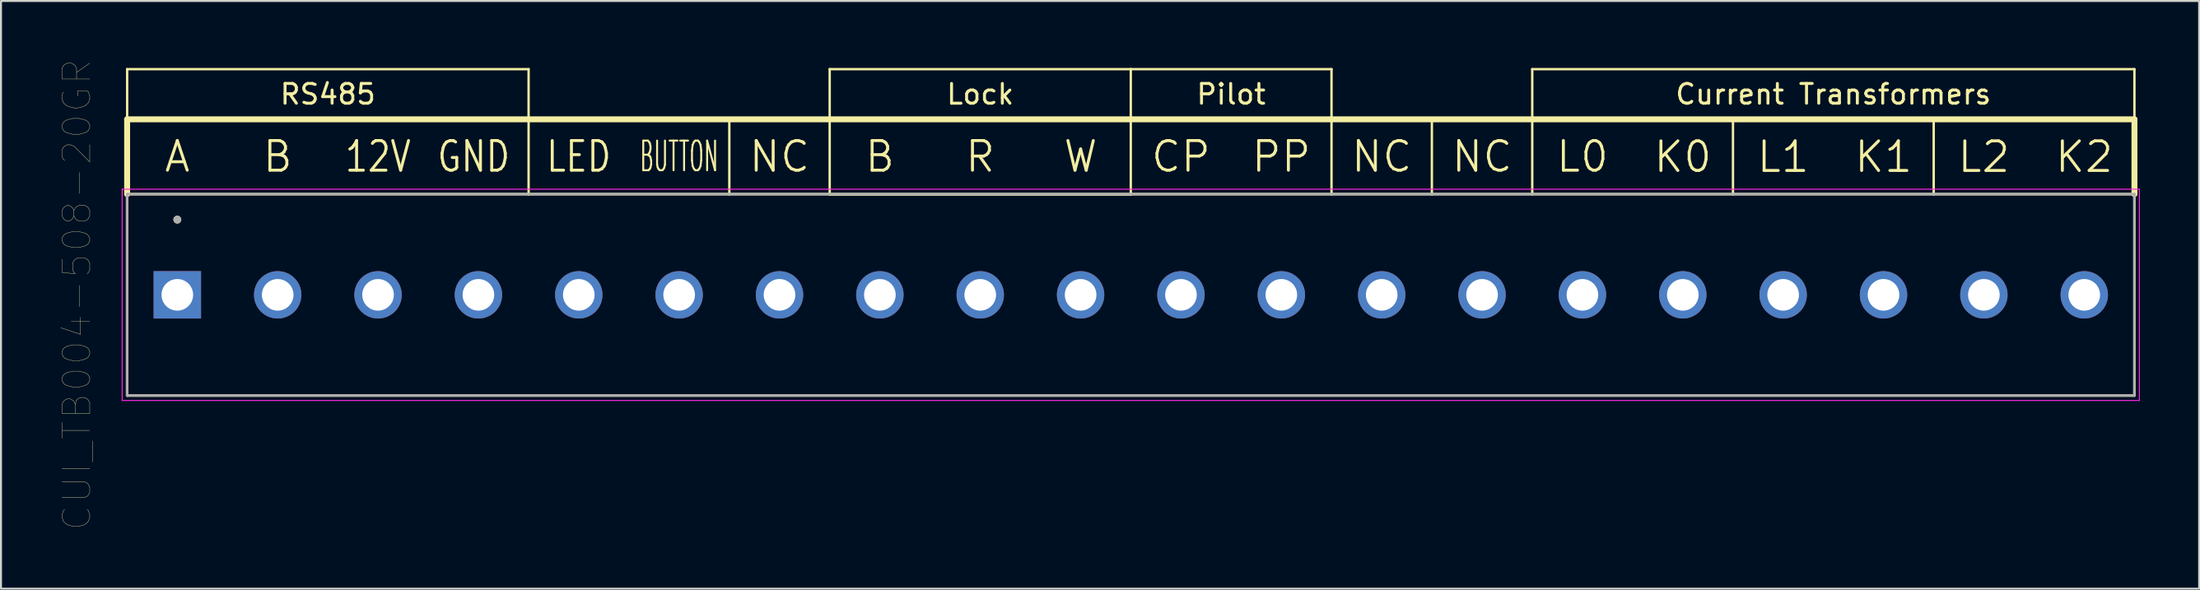
<source format=kicad_pcb>
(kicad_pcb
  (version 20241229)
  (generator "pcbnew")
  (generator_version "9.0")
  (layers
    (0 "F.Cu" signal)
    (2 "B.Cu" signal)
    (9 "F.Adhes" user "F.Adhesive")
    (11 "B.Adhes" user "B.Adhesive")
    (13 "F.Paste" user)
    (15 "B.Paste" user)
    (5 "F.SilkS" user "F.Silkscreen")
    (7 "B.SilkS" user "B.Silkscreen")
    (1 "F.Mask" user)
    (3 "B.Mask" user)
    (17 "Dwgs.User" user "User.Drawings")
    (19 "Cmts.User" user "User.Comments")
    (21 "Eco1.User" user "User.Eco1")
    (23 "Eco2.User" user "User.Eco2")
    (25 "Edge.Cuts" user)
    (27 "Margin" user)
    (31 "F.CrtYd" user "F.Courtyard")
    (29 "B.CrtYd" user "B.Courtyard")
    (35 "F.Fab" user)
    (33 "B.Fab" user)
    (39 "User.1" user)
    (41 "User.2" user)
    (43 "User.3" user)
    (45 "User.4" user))
  (footprint "CUI_TB004-508-20GR"
    (layer "F.Cu")
    (at 5.925 11.882)
    (property "Reference" "CUI_TB004-508-20GR" (at -5.08 0 90) (layer "F.SilkS") (effects (font (size 1.4 1.4) (thickness 0.015))))
    (attr through_hole)
    (fp_line (start -2.54 -11.43) (end -2.54 -8.89) (stroke (width 0.12) (type solid)) (layer "F.SilkS"))
    (fp_line (start -2.54 -8.89) (end -2.54 -5.1) (stroke (width 0.3) (type solid)) (layer "F.SilkS"))
    (fp_line (start -2.54 -5.1) (end 99.06 -5.1) (stroke (width 0.127) (type solid)) (layer "F.SilkS"))
    (fp_line (start -2.54 5.1) (end -2.54 -5.1) (stroke (width 0.127) (type solid)) (layer "F.SilkS"))
    (fp_line (start 17.78 -11.43) (end -2.54 -11.43) (stroke (width 0.12) (type solid)) (layer "F.SilkS"))
    (fp_line (start 17.78 -8.89) (end 17.78 -11.43) (stroke (width 0.12) (type solid)) (layer "F.SilkS"))
    (fp_line (start 17.78 -8.89) (end 17.78 -5.08) (stroke (width 0.12) (type solid)) (layer "F.SilkS"))
    (fp_line (start 27.94 -8.89) (end 27.94 -5.08) (stroke (width 0.12) (type solid)) (layer "F.SilkS"))
    (fp_line (start 33.02 -11.43) (end 33.02 -8.89) (stroke (width 0.12) (type solid)) (layer "F.SilkS"))
    (fp_line (start 33.02 -8.89) (end 33.02 -5.08) (stroke (width 0.12) (type solid)) (layer "F.SilkS"))
    (fp_line (start 33.02 -5.08) (end 48.26 -5.08) (stroke (width 0.12) (type solid)) (layer "F.SilkS"))
    (fp_line (start 48.26 -11.43) (end 33.02 -11.43) (stroke (width 0.12) (type solid)) (layer "F.SilkS"))
    (fp_line (start 48.26 -11.43) (end 58.42 -11.43) (stroke (width 0.12) (type solid)) (layer "F.SilkS"))
    (fp_line (start 48.26 -8.89) (end 48.26 -11.43) (stroke (width 0.12) (type solid)) (layer "F.SilkS"))
    (fp_line (start 48.26 -5.08) (end 48.26 -8.89) (stroke (width 0.12) (type solid)) (layer "F.SilkS"))
    (fp_line (start 58.42 -11.43) (end 58.42 -8.89) (stroke (width 0.12) (type solid)) (layer "F.SilkS"))
    (fp_line (start 58.42 -5.08) (end 58.42 -8.89) (stroke (width 0.12) (type solid)) (layer "F.SilkS"))
    (fp_line (start 63.5 -5.08) (end 63.5 -8.89) (stroke (width 0.12) (type solid)) (layer "F.SilkS"))
    (fp_line (start 68.58 -11.43) (end 68.58 -8.89) (stroke (width 0.12) (type solid)) (layer "F.SilkS"))
    (fp_line (start 68.58 -5.08) (end 68.58 -8.89) (stroke (width 0.12) (type solid)) (layer "F.SilkS"))
    (fp_line (start 78.74 -8.89) (end 78.74 -5.08) (stroke (width 0.12) (type solid)) (layer "F.SilkS"))
    (fp_line (start 88.9 -8.89) (end 88.9 -5.08) (stroke (width 0.12) (type solid)) (layer "F.SilkS"))
    (fp_line (start 99.06 -11.43) (end 68.58 -11.43) (stroke (width 0.12) (type solid)) (layer "F.SilkS"))
    (fp_line (start 99.06 -8.89) (end -2.54 -8.89) (stroke (width 0.3) (type solid)) (layer "F.SilkS"))
    (fp_line (start 99.06 -8.89) (end 99.06 -11.43) (stroke (width 0.12) (type solid)) (layer "F.SilkS"))
    (fp_line (start 99.06 -5.1) (end 99.06 -8.89) (stroke (width 0.3) (type solid)) (layer "F.SilkS"))
    (fp_line (start 99.06 -5.1) (end 99.06 5.1) (stroke (width 0.127) (type solid)) (layer "F.SilkS"))
    (fp_line (start 99.06 5.1) (end -2.54 5.1) (stroke (width 0.127) (type solid)) (layer "F.SilkS"))
    (fp_circle (center 0 -3.81) (end 0.1 -3.81) (stroke (width 0.2) (type solid)) (fill no) (layer "F.SilkS"))
    (fp_line (start -2.79 -5.35) (end 99.31 -5.35) (stroke (width 0.05) (type solid)) (layer "F.CrtYd"))
    (fp_line (start -2.79 5.35) (end -2.79 -5.35) (stroke (width 0.05) (type solid)) (layer "F.CrtYd"))
    (fp_line (start 99.31 -5.35) (end 99.31 5.35) (stroke (width 0.05) (type solid)) (layer "F.CrtYd"))
    (fp_line (start 99.31 5.35) (end -2.79 5.35) (stroke (width 0.05) (type solid)) (layer "F.CrtYd"))
    (fp_line (start -2.54 -5.1) (end 99.06 -5.1) (stroke (width 0.127) (type solid)) (layer "F.Fab"))
    (fp_line (start -2.54 5.1) (end -2.54 -5.1) (stroke (width 0.127) (type solid)) (layer "F.Fab"))
    (fp_line (start 99.06 -5.1) (end 99.06 5.1) (stroke (width 0.127) (type solid)) (layer "F.Fab"))
    (fp_line (start 99.06 5.1) (end -2.54 5.1) (stroke (width 0.127) (type solid)) (layer "F.Fab"))
    (fp_circle (center 0 -3.81) (end 0.1 -3.81) (stroke (width 0.2) (type solid)) (fill no) (layer "F.Fab"))
    (fp_text user "B" (at 35.56 -7 0) (layer "F.SilkS") (effects (font (size 1.5 1.5) (thickness 0.15))))
    (fp_text user "A" (at 0 -7 0) (layer "F.SilkS") (effects (font (size 1.5 1.5) (thickness 0.15))))
    (fp_text user "Lock" (at 40.64 -10.16 0) (layer "F.SilkS") (effects (font (size 1 1) (thickness 0.15))))
    (fp_text user "NC" (at 60.96 -7 0) (layer "F.SilkS") (effects (font (size 1.5 1.5) (thickness 0.15))))
    (fp_text user "L2" (at 91.44 -6.985 0) (layer "F.SilkS") (effects (font (size 1.5 1.5) (thickness 0.15))))
    (fp_text user "Current Transformers" (at 83.82 -10.16 0) (layer "F.SilkS") (effects (font (size 1 1) (thickness 0.15))))
    (fp_text user "K1" (at 86.36 -6.985 0) (layer "F.SilkS") (effects (font (size 1.5 1.5) (thickness 0.15))))
    (fp_text user "12V" (at 10.16 -7 0) (layer "F.SilkS") (effects (font (size 1.5 1.2) (thickness 0.15))))
    (fp_text user "K0" (at 76.2 -6.985 0) (layer "F.SilkS") (effects (font (size 1.5 1.5) (thickness 0.15))))
    (fp_text user "PP" (at 55.88 -7 0) (layer "F.SilkS") (effects (font (size 1.5 1.5) (thickness 0.15))))
    (fp_text user "K2" (at 96.52 -6.985 0) (layer "F.SilkS") (effects (font (size 1.5 1.5) (thickness 0.15))))
    (fp_text user "RS485" (at 7.62 -10.16 0) (layer "F.SilkS") (effects (font (size 1 1) (thickness 0.15))))
    (fp_text user "NC" (at 66.04 -7 0) (layer "F.SilkS") (effects (font (size 1.5 1.5) (thickness 0.15))))
    (fp_text user "BUTTON" (at 25.4 -7 0) (layer "F.SilkS") (effects (font (size 1.5 0.7) (thickness 0.1))))
    (fp_text user "L1" (at 81.28 -6.985 0) (layer "F.SilkS") (effects (font (size 1.5 1.5) (thickness 0.15))))
    (fp_text user "GND" (at 15 -7 0) (layer "F.SilkS") (effects (font (size 1.5 1.2) (thickness 0.15))))
    (fp_text user "CP" (at 50.8 -7 0) (layer "F.SilkS") (effects (font (size 1.5 1.5) (thickness 0.15))))
    (fp_text user "NC" (at 30.48 -7 0) (layer "F.SilkS") (effects (font (size 1.5 1.5) (thickness 0.15))))
    (fp_text user "LED" (at 20.32 -7 0) (layer "F.SilkS") (effects (font (size 1.5 1.2) (thickness 0.15))))
    (fp_text user "L0" (at 71.12 -7 0) (layer "F.SilkS") (effects (font (size 1.5 1.5) (thickness 0.15))))
    (fp_text user "B" (at 5.08 -7 0) (layer "F.SilkS") (effects (font (size 1.5 1.5) (thickness 0.15))))
    (fp_text user "Pilot" (at 53.34 -10.16 0) (layer "F.SilkS") (effects (font (size 1 1) (thickness 0.15))))
    (fp_text user "R" (at 40.64 -7 0) (layer "F.SilkS") (effects (font (size 1.5 1.5) (thickness 0.15))))
    (fp_text user "W" (at 45.72 -7 0) (layer "F.SilkS") (effects (font (size 1.5 1.5) (thickness 0.15))))
    (pad "1" thru_hole rect (at 0 0) (size 2.4 2.4) (drill 1.6) (layers "*.Cu" "*.Mask"))
    (pad "2" thru_hole circle (at 5.08 0) (size 2.4 2.4) (drill 1.6) (layers "*.Cu" "*.Mask"))
    (pad "3" thru_hole circle (at 10.16 0) (size 2.4 2.4) (drill 1.6) (layers "*.Cu" "*.Mask"))
    (pad "4" thru_hole circle (at 15.24 0) (size 2.4 2.4) (drill 1.6) (layers "*.Cu" "*.Mask"))
    (pad "5" thru_hole circle (at 20.32 0) (size 2.4 2.4) (drill 1.6) (layers "*.Cu" "*.Mask"))
    (pad "6" thru_hole circle (at 25.4 0) (size 2.4 2.4) (drill 1.6) (layers "*.Cu" "*.Mask"))
    (pad "7" thru_hole circle (at 30.48 0) (size 2.4 2.4) (drill 1.6) (layers "*.Cu" "*.Mask"))
    (pad "8" thru_hole circle (at 35.56 0) (size 2.4 2.4) (drill 1.6) (layers "*.Cu" "*.Mask"))
    (pad "9" thru_hole circle (at 40.64 0) (size 2.4 2.4) (drill 1.6) (layers "*.Cu" "*.Mask"))
    (pad "10" thru_hole circle (at 45.72 0) (size 2.4 2.4) (drill 1.6) (layers "*.Cu" "*.Mask"))
    (pad "11" thru_hole circle (at 50.8 0) (size 2.4 2.4) (drill 1.6) (layers "*.Cu" "*.Mask"))
    (pad "12" thru_hole circle (at 55.88 0) (size 2.4 2.4) (drill 1.6) (layers "*.Cu" "*.Mask"))
    (pad "13" thru_hole circle (at 60.96 0) (size 2.4 2.4) (drill 1.6) (layers "*.Cu" "*.Mask"))
    (pad "14" thru_hole circle (at 66.04 0) (size 2.4 2.4) (drill 1.6) (layers "*.Cu" "*.Mask"))
    (pad "15" thru_hole circle (at 71.12 0) (size 2.4 2.4) (drill 1.6) (layers "*.Cu" "*.Mask"))
    (pad "16" thru_hole circle (at 76.2 0) (size 2.4 2.4) (drill 1.6) (layers "*.Cu" "*.Mask"))
    (pad "17" thru_hole circle (at 81.28 0) (size 2.4 2.4) (drill 1.6) (layers "*.Cu" "*.Mask"))
    (pad "18" thru_hole circle (at 86.36 0) (size 2.4 2.4) (drill 1.6) (layers "*.Cu" "*.Mask"))
    (pad "19" thru_hole circle (at 91.44 0) (size 2.4 2.4) (drill 1.6) (layers "*.Cu" "*.Mask"))
    (pad "20" thru_hole circle (at 96.52 0) (size 2.4 2.4) (drill 1.6) (layers "*.Cu" "*.Mask")))
  (gr_rect
    (start -3 -3)
    (end 108.26 26.765)
    (stroke (width 0.1) (type default))
    (fill no)
    (layer "Edge.Cuts")))
</source>
